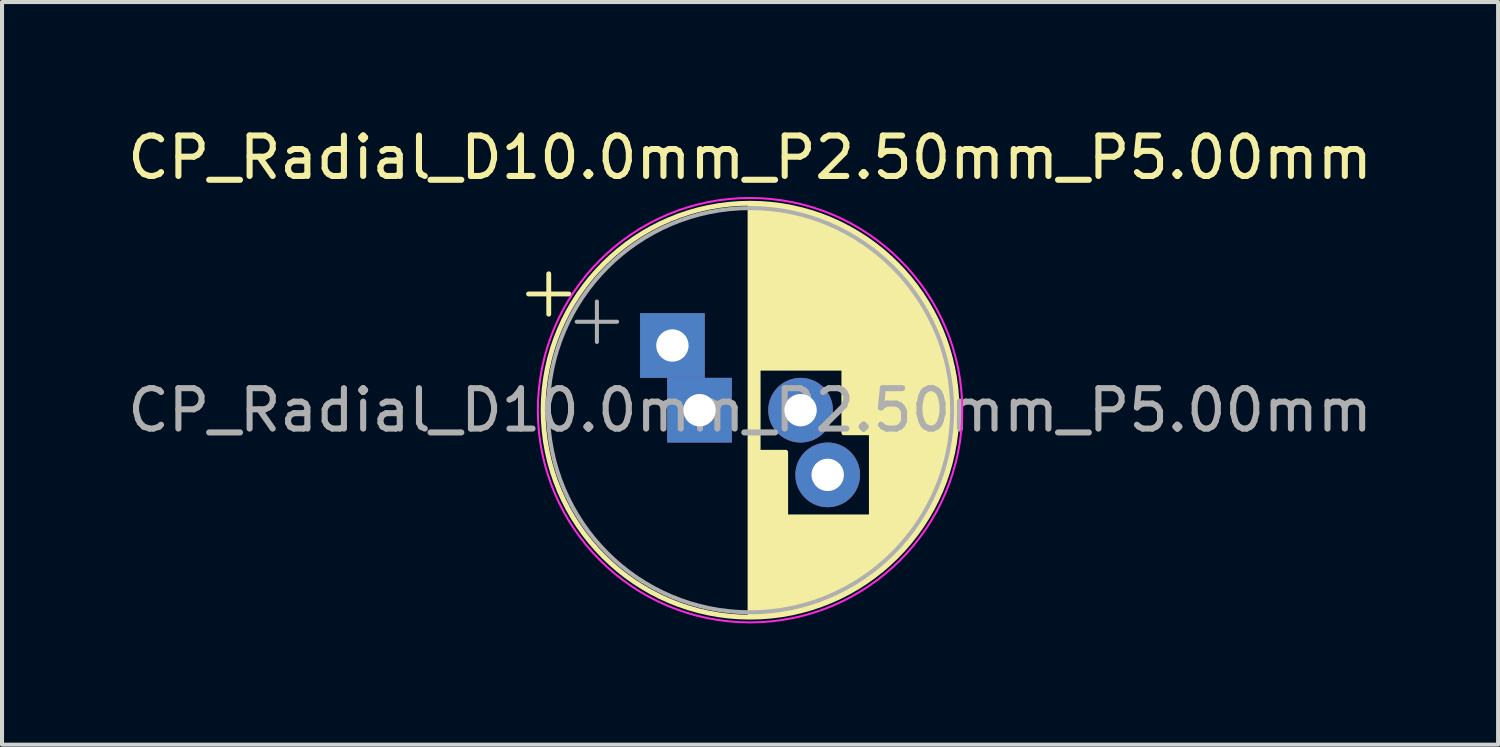
<source format=kicad_pcb>
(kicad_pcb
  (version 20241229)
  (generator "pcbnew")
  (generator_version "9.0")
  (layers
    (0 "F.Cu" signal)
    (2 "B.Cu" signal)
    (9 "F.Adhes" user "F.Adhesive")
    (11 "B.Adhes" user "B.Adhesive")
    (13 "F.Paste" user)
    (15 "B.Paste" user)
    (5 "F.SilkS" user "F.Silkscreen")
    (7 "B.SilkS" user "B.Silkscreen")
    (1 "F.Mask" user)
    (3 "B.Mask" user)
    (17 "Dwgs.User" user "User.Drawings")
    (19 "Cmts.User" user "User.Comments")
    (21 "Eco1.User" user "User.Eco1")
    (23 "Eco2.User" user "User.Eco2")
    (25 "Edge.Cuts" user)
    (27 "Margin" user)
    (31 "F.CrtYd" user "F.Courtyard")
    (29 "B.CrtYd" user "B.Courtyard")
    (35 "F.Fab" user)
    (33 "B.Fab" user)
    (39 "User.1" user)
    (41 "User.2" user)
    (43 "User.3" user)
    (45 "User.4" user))
  (footprint "CP_Radial_D10.0mm_P2.50mm_P5.00mm"
    (layer "F.Cu")
    (at 14.256 7.098)
    (property "Reference" "CP_Radial_D10.0mm_P2.50mm_P5.00mm" (at 1.25 -6.25 0) (layer "F.SilkS") (effects (font (size 1 1) (thickness 0.15))))
    (attr through_hole)
    (fp_line (start -4.23 -2.875) (end -3.23 -2.875) (stroke (width 0.12) (type solid)) (layer "F.SilkS"))
    (fp_line (start -3.73 -3.375) (end -3.73 -2.375) (stroke (width 0.12) (type solid)) (layer "F.SilkS"))
    (fp_line (start 1.25 -5.08) (end 1.25 5.08) (stroke (width 0.12) (type solid)) (layer "F.SilkS"))
    (fp_line (start 1.29 -5.08) (end 1.29 5.08) (stroke (width 0.12) (type solid)) (layer "F.SilkS"))
    (fp_line (start 1.33 -5.08) (end 1.33 5.08) (stroke (width 0.12) (type solid)) (layer "F.SilkS"))
    (fp_line (start 1.37 -5.079) (end 1.37 5.079) (stroke (width 0.12) (type solid)) (layer "F.SilkS"))
    (fp_line (start 1.41 -5.078) (end 1.41 5.078) (stroke (width 0.12) (type solid)) (layer "F.SilkS"))
    (fp_line (start 1.45 -5.077) (end 1.45 5.077) (stroke (width 0.12) (type solid)) (layer "F.SilkS"))
    (fp_line (start 1.49 -5.075) (end 1.49 -1.04) (stroke (width 0.12) (type solid)) (layer "F.SilkS"))
    (fp_line (start 1.49 1.04) (end 1.49 5.075) (stroke (width 0.12) (type solid)) (layer "F.SilkS"))
    (fp_line (start 1.53 -5.073) (end 1.53 -1.04) (stroke (width 0.12) (type solid)) (layer "F.SilkS"))
    (fp_line (start 1.53 1.04) (end 1.53 5.073) (stroke (width 0.12) (type solid)) (layer "F.SilkS"))
    (fp_line (start 1.57 -5.07) (end 1.57 -1.04) (stroke (width 0.12) (type solid)) (layer "F.SilkS"))
    (fp_line (start 1.57 1.04) (end 1.57 5.07) (stroke (width 0.12) (type solid)) (layer "F.SilkS"))
    (fp_line (start 1.61 -5.068) (end 1.61 -1.04) (stroke (width 0.12) (type solid)) (layer "F.SilkS"))
    (fp_line (start 1.61 1.04) (end 1.61 5.068) (stroke (width 0.12) (type solid)) (layer "F.SilkS"))
    (fp_line (start 1.65 -5.065) (end 1.65 -1.04) (stroke (width 0.12) (type solid)) (layer "F.SilkS"))
    (fp_line (start 1.65 1.04) (end 1.65 5.065) (stroke (width 0.12) (type solid)) (layer "F.SilkS"))
    (fp_line (start 1.69 -5.062) (end 1.69 -1.04) (stroke (width 0.12) (type solid)) (layer "F.SilkS"))
    (fp_line (start 1.69 1.04) (end 1.69 5.062) (stroke (width 0.12) (type solid)) (layer "F.SilkS"))
    (fp_line (start 1.73 -5.058) (end 1.73 -1.04) (stroke (width 0.12) (type solid)) (layer "F.SilkS"))
    (fp_line (start 1.73 1.04) (end 1.73 5.058) (stroke (width 0.12) (type solid)) (layer "F.SilkS"))
    (fp_line (start 1.77 -5.054) (end 1.77 -1.04) (stroke (width 0.12) (type solid)) (layer "F.SilkS"))
    (fp_line (start 1.77 1.04) (end 1.77 5.054) (stroke (width 0.12) (type solid)) (layer "F.SilkS"))
    (fp_line (start 1.81 -5.05) (end 1.81 -1.04) (stroke (width 0.12) (type solid)) (layer "F.SilkS"))
    (fp_line (start 1.81 1.04) (end 1.81 5.05) (stroke (width 0.12) (type solid)) (layer "F.SilkS"))
    (fp_line (start 1.85 -5.045) (end 1.85 -1.04) (stroke (width 0.12) (type solid)) (layer "F.SilkS"))
    (fp_line (start 1.85 1.04) (end 1.85 5.045) (stroke (width 0.12) (type solid)) (layer "F.SilkS"))
    (fp_line (start 1.89 -5.04) (end 1.89 -1.04) (stroke (width 0.12) (type solid)) (layer "F.SilkS"))
    (fp_line (start 1.89 1.04) (end 1.89 5.04) (stroke (width 0.12) (type solid)) (layer "F.SilkS"))
    (fp_line (start 1.93 -5.035) (end 1.93 -1.04) (stroke (width 0.12) (type solid)) (layer "F.SilkS"))
    (fp_line (start 1.93 1.04) (end 1.93 5.035) (stroke (width 0.12) (type solid)) (layer "F.SilkS"))
    (fp_line (start 1.971 -5.03) (end 1.971 -1.04) (stroke (width 0.12) (type solid)) (layer "F.SilkS"))
    (fp_line (start 1.971 1.04) (end 1.971 5.03) (stroke (width 0.12) (type solid)) (layer "F.SilkS"))
    (fp_line (start 2.011 -5.024) (end 2.011 -1.04) (stroke (width 0.12) (type solid)) (layer "F.SilkS"))
    (fp_line (start 2.011 1.04) (end 2.011 5.024) (stroke (width 0.12) (type solid)) (layer "F.SilkS"))
    (fp_line (start 2.051 -5.018) (end 2.051 -1.04) (stroke (width 0.12) (type solid)) (layer "F.SilkS"))
    (fp_line (start 2.051 1.04) (end 2.051 5.018) (stroke (width 0.12) (type solid)) (layer "F.SilkS"))
    (fp_line (start 2.091 -5.011) (end 2.091 -1.04) (stroke (width 0.12) (type solid)) (layer "F.SilkS"))
    (fp_line (start 2.091 1.04) (end 2.091 5.011) (stroke (width 0.12) (type solid)) (layer "F.SilkS"))
    (fp_line (start 2.131 -5.004) (end 2.131 -1.04) (stroke (width 0.12) (type solid)) (layer "F.SilkS"))
    (fp_line (start 2.131 1.04) (end 2.131 5.004) (stroke (width 0.12) (type solid)) (layer "F.SilkS"))
    (fp_line (start 2.171 -4.997) (end 2.171 -1.04) (stroke (width 0.12) (type solid)) (layer "F.SilkS"))
    (fp_line (start 2.171 2.64) (end 2.171 4.997) (stroke (width 0.12) (type solid)) (layer "F.SilkS"))
    (fp_line (start 2.211 -4.99) (end 2.211 -1.04) (stroke (width 0.12) (type solid)) (layer "F.SilkS"))
    (fp_line (start 2.211 2.64) (end 2.211 4.99) (stroke (width 0.12) (type solid)) (layer "F.SilkS"))
    (fp_line (start 2.251 -4.982) (end 2.251 -1.04) (stroke (width 0.12) (type solid)) (layer "F.SilkS"))
    (fp_line (start 2.251 2.64) (end 2.251 4.982) (stroke (width 0.12) (type solid)) (layer "F.SilkS"))
    (fp_line (start 2.291 -4.974) (end 2.291 -1.04) (stroke (width 0.12) (type solid)) (layer "F.SilkS"))
    (fp_line (start 2.291 2.64) (end 2.291 4.974) (stroke (width 0.12) (type solid)) (layer "F.SilkS"))
    (fp_line (start 2.331 -4.965) (end 2.331 -1.04) (stroke (width 0.12) (type solid)) (layer "F.SilkS"))
    (fp_line (start 2.331 2.64) (end 2.331 4.965) (stroke (width 0.12) (type solid)) (layer "F.SilkS"))
    (fp_line (start 2.371 -4.956) (end 2.371 -1.04) (stroke (width 0.12) (type solid)) (layer "F.SilkS"))
    (fp_line (start 2.371 2.64) (end 2.371 4.956) (stroke (width 0.12) (type solid)) (layer "F.SilkS"))
    (fp_line (start 2.411 -4.947) (end 2.411 -1.04) (stroke (width 0.12) (type solid)) (layer "F.SilkS"))
    (fp_line (start 2.411 2.64) (end 2.411 4.947) (stroke (width 0.12) (type solid)) (layer "F.SilkS"))
    (fp_line (start 2.451 -4.938) (end 2.451 -1.04) (stroke (width 0.12) (type solid)) (layer "F.SilkS"))
    (fp_line (start 2.451 2.64) (end 2.451 4.938) (stroke (width 0.12) (type solid)) (layer "F.SilkS"))
    (fp_line (start 2.491 -4.928) (end 2.491 -1.04) (stroke (width 0.12) (type solid)) (layer "F.SilkS"))
    (fp_line (start 2.491 2.64) (end 2.491 4.928) (stroke (width 0.12) (type solid)) (layer "F.SilkS"))
    (fp_line (start 2.531 -4.918) (end 2.531 -1.04) (stroke (width 0.12) (type solid)) (layer "F.SilkS"))
    (fp_line (start 2.531 2.64) (end 2.531 4.918) (stroke (width 0.12) (type solid)) (layer "F.SilkS"))
    (fp_line (start 2.571 -4.907) (end 2.571 -1.04) (stroke (width 0.12) (type solid)) (layer "F.SilkS"))
    (fp_line (start 2.571 2.64) (end 2.571 4.907) (stroke (width 0.12) (type solid)) (layer "F.SilkS"))
    (fp_line (start 2.611 -4.897) (end 2.611 -1.04) (stroke (width 0.12) (type solid)) (layer "F.SilkS"))
    (fp_line (start 2.611 2.64) (end 2.611 4.897) (stroke (width 0.12) (type solid)) (layer "F.SilkS"))
    (fp_line (start 2.651 -4.885) (end 2.651 -1.04) (stroke (width 0.12) (type solid)) (layer "F.SilkS"))
    (fp_line (start 2.651 2.64) (end 2.651 4.885) (stroke (width 0.12) (type solid)) (layer "F.SilkS"))
    (fp_line (start 2.691 -4.874) (end 2.691 -1.04) (stroke (width 0.12) (type solid)) (layer "F.SilkS"))
    (fp_line (start 2.691 2.64) (end 2.691 4.874) (stroke (width 0.12) (type solid)) (layer "F.SilkS"))
    (fp_line (start 2.731 -4.862) (end 2.731 -1.04) (stroke (width 0.12) (type solid)) (layer "F.SilkS"))
    (fp_line (start 2.731 2.64) (end 2.731 4.862) (stroke (width 0.12) (type solid)) (layer "F.SilkS"))
    (fp_line (start 2.771 -4.85) (end 2.771 -1.04) (stroke (width 0.12) (type solid)) (layer "F.SilkS"))
    (fp_line (start 2.771 2.64) (end 2.771 4.85) (stroke (width 0.12) (type solid)) (layer "F.SilkS"))
    (fp_line (start 2.811 -4.837) (end 2.811 -1.04) (stroke (width 0.12) (type solid)) (layer "F.SilkS"))
    (fp_line (start 2.811 2.64) (end 2.811 4.837) (stroke (width 0.12) (type solid)) (layer "F.SilkS"))
    (fp_line (start 2.851 -4.824) (end 2.851 -1.04) (stroke (width 0.12) (type solid)) (layer "F.SilkS"))
    (fp_line (start 2.851 2.64) (end 2.851 4.824) (stroke (width 0.12) (type solid)) (layer "F.SilkS"))
    (fp_line (start 2.891 -4.811) (end 2.891 -1.04) (stroke (width 0.12) (type solid)) (layer "F.SilkS"))
    (fp_line (start 2.891 2.64) (end 2.891 4.811) (stroke (width 0.12) (type solid)) (layer "F.SilkS"))
    (fp_line (start 2.931 -4.797) (end 2.931 -1.04) (stroke (width 0.12) (type solid)) (layer "F.SilkS"))
    (fp_line (start 2.931 2.64) (end 2.931 4.797) (stroke (width 0.12) (type solid)) (layer "F.SilkS"))
    (fp_line (start 2.971 -4.783) (end 2.971 -1.04) (stroke (width 0.12) (type solid)) (layer "F.SilkS"))
    (fp_line (start 2.971 2.64) (end 2.971 4.783) (stroke (width 0.12) (type solid)) (layer "F.SilkS"))
    (fp_line (start 3.011 -4.768) (end 3.011 -1.04) (stroke (width 0.12) (type solid)) (layer "F.SilkS"))
    (fp_line (start 3.011 2.64) (end 3.011 4.768) (stroke (width 0.12) (type solid)) (layer "F.SilkS"))
    (fp_line (start 3.051 -4.754) (end 3.051 -1.04) (stroke (width 0.12) (type solid)) (layer "F.SilkS"))
    (fp_line (start 3.051 2.64) (end 3.051 4.754) (stroke (width 0.12) (type solid)) (layer "F.SilkS"))
    (fp_line (start 3.091 -4.738) (end 3.091 -1.04) (stroke (width 0.12) (type solid)) (layer "F.SilkS"))
    (fp_line (start 3.091 2.64) (end 3.091 4.738) (stroke (width 0.12) (type solid)) (layer "F.SilkS"))
    (fp_line (start 3.131 -4.723) (end 3.131 -1.04) (stroke (width 0.12) (type solid)) (layer "F.SilkS"))
    (fp_line (start 3.131 2.64) (end 3.131 4.723) (stroke (width 0.12) (type solid)) (layer "F.SilkS"))
    (fp_line (start 3.171 -4.707) (end 3.171 -1.04) (stroke (width 0.12) (type solid)) (layer "F.SilkS"))
    (fp_line (start 3.171 2.64) (end 3.171 4.707) (stroke (width 0.12) (type solid)) (layer "F.SilkS"))
    (fp_line (start 3.211 -4.69) (end 3.211 -1.04) (stroke (width 0.12) (type solid)) (layer "F.SilkS"))
    (fp_line (start 3.211 2.64) (end 3.211 4.69) (stroke (width 0.12) (type solid)) (layer "F.SilkS"))
    (fp_line (start 3.251 -4.674) (end 3.251 -1.04) (stroke (width 0.12) (type solid)) (layer "F.SilkS"))
    (fp_line (start 3.251 2.64) (end 3.251 4.674) (stroke (width 0.12) (type solid)) (layer "F.SilkS"))
    (fp_line (start 3.291 -4.657) (end 3.291 -1.04) (stroke (width 0.12) (type solid)) (layer "F.SilkS"))
    (fp_line (start 3.291 2.64) (end 3.291 4.657) (stroke (width 0.12) (type solid)) (layer "F.SilkS"))
    (fp_line (start 3.331 -4.639) (end 3.331 -1.04) (stroke (width 0.12) (type solid)) (layer "F.SilkS"))
    (fp_line (start 3.331 2.64) (end 3.331 4.639) (stroke (width 0.12) (type solid)) (layer "F.SilkS"))
    (fp_line (start 3.371 -4.621) (end 3.371 -1.04) (stroke (width 0.12) (type solid)) (layer "F.SilkS"))
    (fp_line (start 3.371 2.64) (end 3.371 4.621) (stroke (width 0.12) (type solid)) (layer "F.SilkS"))
    (fp_line (start 3.411 -4.603) (end 3.411 -1.04) (stroke (width 0.12) (type solid)) (layer "F.SilkS"))
    (fp_line (start 3.411 2.64) (end 3.411 4.603) (stroke (width 0.12) (type solid)) (layer "F.SilkS"))
    (fp_line (start 3.451 -4.584) (end 3.451 -1.04) (stroke (width 0.12) (type solid)) (layer "F.SilkS"))
    (fp_line (start 3.451 2.64) (end 3.451 4.584) (stroke (width 0.12) (type solid)) (layer "F.SilkS"))
    (fp_line (start 3.491 -4.564) (end 3.491 -1.04) (stroke (width 0.12) (type solid)) (layer "F.SilkS"))
    (fp_line (start 3.491 2.64) (end 3.491 4.564) (stroke (width 0.12) (type solid)) (layer "F.SilkS"))
    (fp_line (start 3.531 -4.545) (end 3.531 -1.04) (stroke (width 0.12) (type solid)) (layer "F.SilkS"))
    (fp_line (start 3.531 2.64) (end 3.531 4.545) (stroke (width 0.12) (type solid)) (layer "F.SilkS"))
    (fp_line (start 3.571 -4.525) (end 3.571 0.56) (stroke (width 0.12) (type solid)) (layer "F.SilkS"))
    (fp_line (start 3.571 2.64) (end 3.571 4.525) (stroke (width 0.12) (type solid)) (layer "F.SilkS"))
    (fp_line (start 3.611 -4.504) (end 3.611 0.56) (stroke (width 0.12) (type solid)) (layer "F.SilkS"))
    (fp_line (start 3.611 2.64) (end 3.611 4.504) (stroke (width 0.12) (type solid)) (layer "F.SilkS"))
    (fp_line (start 3.651 -4.483) (end 3.651 0.56) (stroke (width 0.12) (type solid)) (layer "F.SilkS"))
    (fp_line (start 3.651 2.64) (end 3.651 4.483) (stroke (width 0.12) (type solid)) (layer "F.SilkS"))
    (fp_line (start 3.691 -4.462) (end 3.691 0.56) (stroke (width 0.12) (type solid)) (layer "F.SilkS"))
    (fp_line (start 3.691 2.64) (end 3.691 4.462) (stroke (width 0.12) (type solid)) (layer "F.SilkS"))
    (fp_line (start 3.731 -4.44) (end 3.731 0.56) (stroke (width 0.12) (type solid)) (layer "F.SilkS"))
    (fp_line (start 3.731 2.64) (end 3.731 4.44) (stroke (width 0.12) (type solid)) (layer "F.SilkS"))
    (fp_line (start 3.771 -4.417) (end 3.771 0.56) (stroke (width 0.12) (type solid)) (layer "F.SilkS"))
    (fp_line (start 3.771 2.64) (end 3.771 4.417) (stroke (width 0.12) (type solid)) (layer "F.SilkS"))
    (fp_line (start 3.811 -4.395) (end 3.811 0.56) (stroke (width 0.12) (type solid)) (layer "F.SilkS"))
    (fp_line (start 3.811 2.64) (end 3.811 4.395) (stroke (width 0.12) (type solid)) (layer "F.SilkS"))
    (fp_line (start 3.851 -4.371) (end 3.851 0.56) (stroke (width 0.12) (type solid)) (layer "F.SilkS"))
    (fp_line (start 3.851 2.64) (end 3.851 4.371) (stroke (width 0.12) (type solid)) (layer "F.SilkS"))
    (fp_line (start 3.891 -4.347) (end 3.891 0.56) (stroke (width 0.12) (type solid)) (layer "F.SilkS"))
    (fp_line (start 3.891 2.64) (end 3.891 4.347) (stroke (width 0.12) (type solid)) (layer "F.SilkS"))
    (fp_line (start 3.931 -4.323) (end 3.931 0.56) (stroke (width 0.12) (type solid)) (layer "F.SilkS"))
    (fp_line (start 3.931 2.64) (end 3.931 4.323) (stroke (width 0.12) (type solid)) (layer "F.SilkS"))
    (fp_line (start 3.971 -4.298) (end 3.971 0.56) (stroke (width 0.12) (type solid)) (layer "F.SilkS"))
    (fp_line (start 3.971 2.64) (end 3.971 4.298) (stroke (width 0.12) (type solid)) (layer "F.SilkS"))
    (fp_line (start 4.011 -4.273) (end 4.011 0.56) (stroke (width 0.12) (type solid)) (layer "F.SilkS"))
    (fp_line (start 4.011 2.64) (end 4.011 4.273) (stroke (width 0.12) (type solid)) (layer "F.SilkS"))
    (fp_line (start 4.051 -4.247) (end 4.051 0.56) (stroke (width 0.12) (type solid)) (layer "F.SilkS"))
    (fp_line (start 4.051 2.64) (end 4.051 4.247) (stroke (width 0.12) (type solid)) (layer "F.SilkS"))
    (fp_line (start 4.091 -4.221) (end 4.091 0.56) (stroke (width 0.12) (type solid)) (layer "F.SilkS"))
    (fp_line (start 4.091 2.64) (end 4.091 4.221) (stroke (width 0.12) (type solid)) (layer "F.SilkS"))
    (fp_line (start 4.131 -4.194) (end 4.131 0.56) (stroke (width 0.12) (type solid)) (layer "F.SilkS"))
    (fp_line (start 4.131 2.64) (end 4.131 4.194) (stroke (width 0.12) (type solid)) (layer "F.SilkS"))
    (fp_line (start 4.171 -4.166) (end 4.171 0.56) (stroke (width 0.12) (type solid)) (layer "F.SilkS"))
    (fp_line (start 4.171 2.64) (end 4.171 4.166) (stroke (width 0.12) (type solid)) (layer "F.SilkS"))
    (fp_line (start 4.211 -4.138) (end 4.211 0.56) (stroke (width 0.12) (type solid)) (layer "F.SilkS"))
    (fp_line (start 4.211 2.64) (end 4.211 4.138) (stroke (width 0.12) (type solid)) (layer "F.SilkS"))
    (fp_line (start 4.251 -4.11) (end 4.251 4.11) (stroke (width 0.12) (type solid)) (layer "F.SilkS"))
    (fp_line (start 4.291 -4.08) (end 4.291 4.08) (stroke (width 0.12) (type solid)) (layer "F.SilkS"))
    (fp_line (start 4.331 -4.05) (end 4.331 4.05) (stroke (width 0.12) (type solid)) (layer "F.SilkS"))
    (fp_line (start 4.371 -4.02) (end 4.371 4.02) (stroke (width 0.12) (type solid)) (layer "F.SilkS"))
    (fp_line (start 4.411 -3.989) (end 4.411 3.989) (stroke (width 0.12) (type solid)) (layer "F.SilkS"))
    (fp_line (start 4.451 -3.957) (end 4.451 3.957) (stroke (width 0.12) (type solid)) (layer "F.SilkS"))
    (fp_line (start 4.491 -3.925) (end 4.491 3.925) (stroke (width 0.12) (type solid)) (layer "F.SilkS"))
    (fp_line (start 4.531 -3.892) (end 4.531 3.892) (stroke (width 0.12) (type solid)) (layer "F.SilkS"))
    (fp_line (start 4.571 -3.858) (end 4.571 3.858) (stroke (width 0.12) (type solid)) (layer "F.SilkS"))
    (fp_line (start 4.611 -3.824) (end 4.611 3.824) (stroke (width 0.12) (type solid)) (layer "F.SilkS"))
    (fp_line (start 4.651 -3.789) (end 4.651 3.789) (stroke (width 0.12) (type solid)) (layer "F.SilkS"))
    (fp_line (start 4.691 -3.753) (end 4.691 3.753) (stroke (width 0.12) (type solid)) (layer "F.SilkS"))
    (fp_line (start 4.731 -3.716) (end 4.731 3.716) (stroke (width 0.12) (type solid)) (layer "F.SilkS"))
    (fp_line (start 4.771 -3.679) (end 4.771 3.679) (stroke (width 0.12) (type solid)) (layer "F.SilkS"))
    (fp_line (start 4.811 -3.64) (end 4.811 3.64) (stroke (width 0.12) (type solid)) (layer "F.SilkS"))
    (fp_line (start 4.851 -3.601) (end 4.851 3.601) (stroke (width 0.12) (type solid)) (layer "F.SilkS"))
    (fp_line (start 4.891 -3.561) (end 4.891 3.561) (stroke (width 0.12) (type solid)) (layer "F.SilkS"))
    (fp_line (start 4.931 -3.52) (end 4.931 3.52) (stroke (width 0.12) (type solid)) (layer "F.SilkS"))
    (fp_line (start 4.971 -3.478) (end 4.971 3.478) (stroke (width 0.12) (type solid)) (layer "F.SilkS"))
    (fp_line (start 5.011 -3.436) (end 5.011 3.436) (stroke (width 0.12) (type solid)) (layer "F.SilkS"))
    (fp_line (start 5.051 -3.392) (end 5.051 3.392) (stroke (width 0.12) (type solid)) (layer "F.SilkS"))
    (fp_line (start 5.091 -3.347) (end 5.091 3.347) (stroke (width 0.12) (type solid)) (layer "F.SilkS"))
    (fp_line (start 5.131 -3.301) (end 5.131 3.301) (stroke (width 0.12) (type solid)) (layer "F.SilkS"))
    (fp_line (start 5.171 -3.254) (end 5.171 3.254) (stroke (width 0.12) (type solid)) (layer "F.SilkS"))
    (fp_line (start 5.211 -3.206) (end 5.211 3.206) (stroke (width 0.12) (type solid)) (layer "F.SilkS"))
    (fp_line (start 5.251 -3.156) (end 5.251 3.156) (stroke (width 0.12) (type solid)) (layer "F.SilkS"))
    (fp_line (start 5.291 -3.106) (end 5.291 3.106) (stroke (width 0.12) (type solid)) (layer "F.SilkS"))
    (fp_line (start 5.331 -3.054) (end 5.331 3.054) (stroke (width 0.12) (type solid)) (layer "F.SilkS"))
    (fp_line (start 5.371 -3) (end 5.371 3) (stroke (width 0.12) (type solid)) (layer "F.SilkS"))
    (fp_line (start 5.411 -2.945) (end 5.411 2.945) (stroke (width 0.12) (type solid)) (layer "F.SilkS"))
    (fp_line (start 5.451 -2.889) (end 5.451 2.889) (stroke (width 0.12) (type solid)) (layer "F.SilkS"))
    (fp_line (start 5.491 -2.83) (end 5.491 2.83) (stroke (width 0.12) (type solid)) (layer "F.SilkS"))
    (fp_line (start 5.531 -2.77) (end 5.531 2.77) (stroke (width 0.12) (type solid)) (layer "F.SilkS"))
    (fp_line (start 5.571 -2.709) (end 5.571 2.709) (stroke (width 0.12) (type solid)) (layer "F.SilkS"))
    (fp_line (start 5.611 -2.645) (end 5.611 2.645) (stroke (width 0.12) (type solid)) (layer "F.SilkS"))
    (fp_line (start 5.651 -2.579) (end 5.651 2.579) (stroke (width 0.12) (type solid)) (layer "F.SilkS"))
    (fp_line (start 5.691 -2.51) (end 5.691 2.51) (stroke (width 0.12) (type solid)) (layer "F.SilkS"))
    (fp_line (start 5.731 -2.439) (end 5.731 2.439) (stroke (width 0.12) (type solid)) (layer "F.SilkS"))
    (fp_line (start 5.771 -2.365) (end 5.771 2.365) (stroke (width 0.12) (type solid)) (layer "F.SilkS"))
    (fp_line (start 5.811 -2.289) (end 5.811 2.289) (stroke (width 0.12) (type solid)) (layer "F.SilkS"))
    (fp_line (start 5.851 -2.209) (end 5.851 2.209) (stroke (width 0.12) (type solid)) (layer "F.SilkS"))
    (fp_line (start 5.891 -2.125) (end 5.891 2.125) (stroke (width 0.12) (type solid)) (layer "F.SilkS"))
    (fp_line (start 5.931 -2.037) (end 5.931 2.037) (stroke (width 0.12) (type solid)) (layer "F.SilkS"))
    (fp_line (start 5.971 -1.944) (end 5.971 1.944) (stroke (width 0.12) (type solid)) (layer "F.SilkS"))
    (fp_line (start 6.011 -1.846) (end 6.011 1.846) (stroke (width 0.12) (type solid)) (layer "F.SilkS"))
    (fp_line (start 6.051 -1.742) (end 6.051 1.742) (stroke (width 0.12) (type solid)) (layer "F.SilkS"))
    (fp_line (start 6.091 -1.63) (end 6.091 1.63) (stroke (width 0.12) (type solid)) (layer "F.SilkS"))
    (fp_line (start 6.131 -1.51) (end 6.131 1.51) (stroke (width 0.12) (type solid)) (layer "F.SilkS"))
    (fp_line (start 6.171 -1.378) (end 6.171 1.378) (stroke (width 0.12) (type solid)) (layer "F.SilkS"))
    (fp_line (start 6.211 -1.23) (end 6.211 1.23) (stroke (width 0.12) (type solid)) (layer "F.SilkS"))
    (fp_line (start 6.251 -1.062) (end 6.251 1.062) (stroke (width 0.12) (type solid)) (layer "F.SilkS"))
    (fp_line (start 6.291 -0.862) (end 6.291 0.862) (stroke (width 0.12) (type solid)) (layer "F.SilkS"))
    (fp_line (start 6.331 -0.599) (end 6.331 0.599) (stroke (width 0.12) (type solid)) (layer "F.SilkS"))
    (fp_circle (center 1.25 0) (end 6.37 0) (stroke (width 0.12) (type solid)) (fill no) (layer "F.SilkS"))
    (fp_circle (center 1.25 0) (end 6.5 0) (stroke (width 0.05) (type solid)) (fill no) (layer "F.CrtYd"))
    (fp_line (start -3.039 -2.188) (end -2.039 -2.188) (stroke (width 0.1) (type solid)) (layer "F.Fab"))
    (fp_line (start -2.539 -2.688) (end -2.539 -1.688) (stroke (width 0.1) (type solid)) (layer "F.Fab"))
    (fp_circle (center 1.25 0) (end 6.25 0) (stroke (width 0.1) (type solid)) (fill no) (layer "F.Fab"))
    (fp_text user "${REFERENCE}" (at 1.25 0 0) (layer "F.Fab") (effects (font (size 1 1) (thickness 0.15))))
    (pad "1" thru_hole rect (at -0.671 -1.6) (size 1.6 1.6) (drill 0.8) (layers "*.Cu" "*.Mask"))
    (pad "1" thru_hole rect (at 0 0) (size 1.6 1.6) (drill 0.8) (layers "*.Cu" "*.Mask"))
    (pad "2" thru_hole circle (at 2.5 0) (size 1.6 1.6) (drill 0.8) (layers "*.Cu" "*.Mask"))
    (pad "2" thru_hole circle (at 3.171 1.6) (size 1.6 1.6) (drill 0.8) (layers "*.Cu" "*.Mask")))
  (gr_rect
    (start -3 -3)
    (end 34.012 15.373)
    (stroke (width 0.1) (type default))
    (fill no)
    (layer "Edge.Cuts")))
</source>
